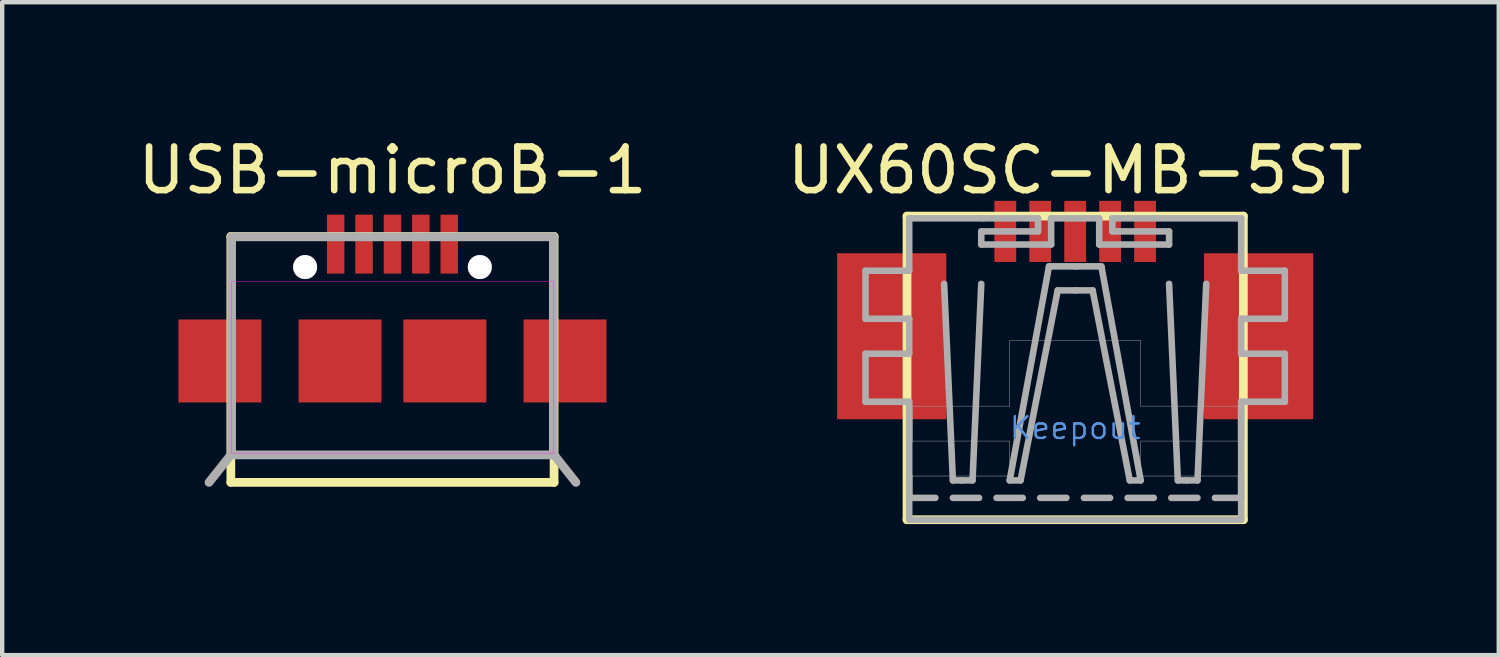
<source format=kicad_pcb>
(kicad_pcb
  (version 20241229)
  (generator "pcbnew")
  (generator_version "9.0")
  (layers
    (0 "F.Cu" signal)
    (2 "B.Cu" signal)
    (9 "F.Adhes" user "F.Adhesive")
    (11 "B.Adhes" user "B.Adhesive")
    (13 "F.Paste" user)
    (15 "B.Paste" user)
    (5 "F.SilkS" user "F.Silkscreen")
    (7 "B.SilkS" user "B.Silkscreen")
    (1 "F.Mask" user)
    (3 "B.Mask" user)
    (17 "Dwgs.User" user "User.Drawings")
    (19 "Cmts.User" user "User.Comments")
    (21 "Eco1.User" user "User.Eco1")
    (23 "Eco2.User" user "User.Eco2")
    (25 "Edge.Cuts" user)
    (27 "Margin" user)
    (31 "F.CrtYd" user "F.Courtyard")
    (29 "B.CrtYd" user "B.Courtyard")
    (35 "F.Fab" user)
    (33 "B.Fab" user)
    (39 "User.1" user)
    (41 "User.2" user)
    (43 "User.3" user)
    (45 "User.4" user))
  (footprint "USB-microB-1"
    (layer "F.Cu")
    (at 5.935 1.864)
    (property "Reference" "USB-microB-1" (at 0 -1.016 0) (layer "F.SilkS") (effects (font (size 1 1) (thickness 0.15))))
    (attr through_hole)
    (fp_line (start -3.7 0.5) (end -3.7 6.13) (stroke (width 0.2) (type solid)) (layer "F.SilkS"))
    (fp_line (start -3.7 0.5) (end 3.7 0.5) (stroke (width 0.2) (type solid)) (layer "F.SilkS"))
    (fp_line (start 3.7 0.5) (end 3.7 6.13) (stroke (width 0.2) (type solid)) (layer "F.SilkS"))
    (fp_line (start 3.7 6.13) (end -3.7 6.13) (stroke (width 0.2) (type solid)) (layer "F.SilkS"))
    (fp_line (start -3.683 1.524) (end -3.683 5.461) (stroke (width 0.01) (type solid)) (layer "F.CrtYd"))
    (fp_line (start -3.683 5.461) (end 3.683 5.461) (stroke (width 0.01) (type solid)) (layer "F.CrtYd"))
    (fp_line (start 3.683 1.524) (end -3.683 1.524) (stroke (width 0.01) (type solid)) (layer "F.CrtYd"))
    (fp_line (start 3.683 5.461) (end 3.683 1.524) (stroke (width 0.01) (type solid)) (layer "F.CrtYd"))
    (fp_line (start -3.7 5.5) (end -4.2 6.13) (stroke (width 0.2) (type solid)) (layer "F.Fab"))
    (fp_line (start -3.683 0.508) (end 3.683 0.508) (stroke (width 0.2) (type solid)) (layer "F.Fab"))
    (fp_line (start -3.683 5.461) (end -3.683 0.508) (stroke (width 0.2) (type solid)) (layer "F.Fab"))
    (fp_line (start 3.683 0.508) (end 3.683 5.461) (stroke (width 0.2) (type solid)) (layer "F.Fab"))
    (fp_line (start 3.7 5.5) (end -3.7 5.5) (stroke (width 0.2) (type solid)) (layer "F.Fab"))
    (fp_line (start 3.7 5.5) (end 4.2 6.13) (stroke (width 0.2) (type solid)) (layer "F.Fab"))
    (pad "1" smd rect (at -1.3 0.675) (size 0.4 1.35) (layers "F.Cu" "F.Mask" "F.Paste"))
    (pad "2" smd rect (at -0.65 0.675) (size 0.4 1.35) (layers "F.Cu" "F.Mask" "F.Paste"))
    (pad "3" smd rect (at 0 0.675) (size 0.4 1.35) (layers "F.Cu" "F.Mask" "F.Paste"))
    (pad "4" smd rect (at 0.65 0.675) (size 0.4 1.35) (layers "F.Cu" "F.Mask" "F.Paste"))
    (pad "5" smd rect (at 1.3 0.675) (size 0.4 1.35) (layers "F.Cu" "F.Mask" "F.Paste"))
    (pad "H" thru_hole circle (at -2 1.2) (size 0.55 0.55) (drill 0.55) (layers "*.Cu"))
    (pad "H" thru_hole circle (at 2 1.2) (size 0.55 0.55) (drill 0.55) (layers "*.Cu"))
    (pad "SH" smd rect (at -3.95 3.35) (size 1.9 1.9) (layers "F.Cu" "F.Mask" "F.Paste"))
    (pad "SH" smd rect (at -1.2 3.35) (size 1.9 1.9) (layers "F.Cu" "F.Mask" "F.Paste"))
    (pad "SH" smd rect (at 1.2 3.35) (size 1.9 1.9) (layers "F.Cu" "F.Mask" "F.Paste"))
    (pad "SH" smd rect (at 3.95 3.35) (size 1.9 1.9) (layers "F.Cu" "F.Mask" "F.Paste")))
  (footprint "UX60SC-MB-5ST"
    (layer "F.Cu")
    (at 21.565 8.348)
    (property "Reference" "UX60SC-MB-5ST" (at 0 -7.5 0) (layer "F.SilkS") (effects (font (size 1 1) (thickness 0.15))))
    (attr through_hole)
    (fp_line (start -3.85 -6.45) (end -3.85 0.5) (stroke (width 0.2) (type solid)) (layer "F.SilkS"))
    (fp_line (start -3.85 0.5) (end 3.85 0.5) (stroke (width 0.2) (type solid)) (layer "F.SilkS"))
    (fp_line (start 3.85 -6.45) (end -3.85 -6.45) (stroke (width 0.2) (type solid)) (layer "F.SilkS"))
    (fp_line (start 3.85 0.5) (end 3.85 -6.45) (stroke (width 0.2) (type solid)) (layer "F.SilkS"))
    (fp_line (start -4.8 -5.2) (end -4.8 -4.1) (stroke (width 0.15) (type solid)) (layer "F.Fab"))
    (fp_line (start -4.8 -4.1) (end -3.8 -4.1) (stroke (width 0.15) (type solid)) (layer "F.Fab"))
    (fp_line (start -4.8 -3.3) (end -4.8 -2.2) (stroke (width 0.15) (type solid)) (layer "F.Fab"))
    (fp_line (start -4.8 -2.2) (end -3.8 -2.2) (stroke (width 0.15) (type solid)) (layer "F.Fab"))
    (fp_line (start -3.8 -6.4) (end -3.8 -5.2) (stroke (width 0.15) (type solid)) (layer "F.Fab"))
    (fp_line (start -3.8 -6.4) (end -2.1 -6.4) (stroke (width 0.15) (type solid)) (layer "F.Fab"))
    (fp_line (start -3.8 -5.2) (end -4.8 -5.2) (stroke (width 0.15) (type solid)) (layer "F.Fab"))
    (fp_line (start -3.8 -4.1) (end -3.8 -3.3) (stroke (width 0.15) (type solid)) (layer "F.Fab"))
    (fp_line (start -3.8 -3.3) (end -4.8 -3.3) (stroke (width 0.15) (type solid)) (layer "F.Fab"))
    (fp_line (start -3.8 -2.2) (end -3.8 0.5) (stroke (width 0.15) (type solid)) (layer "F.Fab"))
    (fp_line (start -3.8 -2.1) (end -3.8 -1.3) (stroke (width 0.15) (type solid)) (layer "F.Fab"))
    (fp_line (start -3.8 -1.3) (end -1.5 -1.3) (stroke (width 0.01) (type solid)) (layer "F.Fab"))
    (fp_line (start -3.8 -0.5) (end -3.8 0) (stroke (width 0.15) (type solid)) (layer "F.Fab"))
    (fp_line (start -3.8 0) (end -3.2 0) (stroke (width 0.15) (type solid)) (layer "F.Fab"))
    (fp_line (start -3.8 0.5) (end 3.8 0.5) (stroke (width 0.15) (type solid)) (layer "F.Fab"))
    (fp_line (start -3 -4.9) (end -2.8 -0.4) (stroke (width 0.15) (type solid)) (layer "F.Fab"))
    (fp_line (start -2.8 -0.4) (end -2.6 -0.4) (stroke (width 0.15) (type solid)) (layer "F.Fab"))
    (fp_line (start -2.8 0) (end -2.2 0) (stroke (width 0.15) (type solid)) (layer "F.Fab"))
    (fp_line (start -2.35 -0.4) (end -2.6 -0.4) (stroke (width 0.15) (type solid)) (layer "F.Fab"))
    (fp_line (start -2.15 -6.1) (end -2.15 -5.8) (stroke (width 0.15) (type solid)) (layer "F.Fab"))
    (fp_line (start -2.15 -5.8) (end -0.55 -5.8) (stroke (width 0.15) (type solid)) (layer "F.Fab"))
    (fp_line (start -2.15 -4.9) (end -2.35 -0.4) (stroke (width 0.15) (type solid)) (layer "F.Fab"))
    (fp_line (start -2.1 -6.4) (end -0.85 -6.4) (stroke (width 0.15) (type solid)) (layer "F.Fab"))
    (fp_line (start -1.8 0) (end -1.2 0) (stroke (width 0.15) (type solid)) (layer "F.Fab"))
    (fp_line (start -1.5 -3.6) (end 1.5 -3.6) (stroke (width 0.01) (type solid)) (layer "F.Fab"))
    (fp_line (start -1.5 -2.1) (end -3.8 -2.1) (stroke (width 0.01) (type solid)) (layer "F.Fab"))
    (fp_line (start -1.5 -2.1) (end -1.5 -3.6) (stroke (width 0.01) (type solid)) (layer "F.Fab"))
    (fp_line (start -1.5 -1.3) (end -1.5 -0.5) (stroke (width 0.01) (type solid)) (layer "F.Fab"))
    (fp_line (start -1.5 -0.5) (end -3.8 -0.5) (stroke (width 0.01) (type solid)) (layer "F.Fab"))
    (fp_line (start -1.5 -0.4) (end -1.25 -0.4) (stroke (width 0.15) (type solid)) (layer "F.Fab"))
    (fp_line (start -1.25 -0.4) (end -0.4 -4.75) (stroke (width 0.15) (type solid)) (layer "F.Fab"))
    (fp_line (start -0.85 -6.4) (end -0.85 -6.1) (stroke (width 0.15) (type solid)) (layer "F.Fab"))
    (fp_line (start -0.85 -6.1) (end -2.15 -6.1) (stroke (width 0.15) (type solid)) (layer "F.Fab"))
    (fp_line (start -0.8 0) (end -0.2 0) (stroke (width 0.15) (type solid)) (layer "F.Fab"))
    (fp_line (start -0.6 -5.3) (end -1.5 -0.4) (stroke (width 0.15) (type solid)) (layer "F.Fab"))
    (fp_line (start -0.55 -6.4) (end 0.55 -6.4) (stroke (width 0.15) (type solid)) (layer "F.Fab"))
    (fp_line (start -0.55 -5.8) (end -0.55 -6.4) (stroke (width 0.15) (type solid)) (layer "F.Fab"))
    (fp_line (start -0.4 -4.75) (end 0 -4.75) (stroke (width 0.15) (type solid)) (layer "F.Fab"))
    (fp_line (start 0 -5.3) (end -0.6 -5.3) (stroke (width 0.15) (type solid)) (layer "F.Fab"))
    (fp_line (start 0 -5.3) (end 0.6 -5.3) (stroke (width 0.15) (type solid)) (layer "F.Fab"))
    (fp_line (start 0.2 0) (end 0.8 0) (stroke (width 0.15) (type solid)) (layer "F.Fab"))
    (fp_line (start 0.4 -4.75) (end 0 -4.75) (stroke (width 0.15) (type solid)) (layer "F.Fab"))
    (fp_line (start 0.55 -6.4) (end 0.55 -5.8) (stroke (width 0.15) (type solid)) (layer "F.Fab"))
    (fp_line (start 0.55 -5.8) (end 2.15 -5.8) (stroke (width 0.15) (type solid)) (layer "F.Fab"))
    (fp_line (start 0.6 -5.3) (end 1.5 -0.4) (stroke (width 0.15) (type solid)) (layer "F.Fab"))
    (fp_line (start 0.85 -6.4) (end 3.8 -6.4) (stroke (width 0.15) (type solid)) (layer "F.Fab"))
    (fp_line (start 0.85 -6.1) (end 0.85 -6.4) (stroke (width 0.15) (type solid)) (layer "F.Fab"))
    (fp_line (start 1.2 0) (end 1.8 0) (stroke (width 0.15) (type solid)) (layer "F.Fab"))
    (fp_line (start 1.25 -0.4) (end 0.4 -4.75) (stroke (width 0.15) (type solid)) (layer "F.Fab"))
    (fp_line (start 1.5 -3.6) (end 1.5 -2.1) (stroke (width 0.01) (type solid)) (layer "F.Fab"))
    (fp_line (start 1.5 -2.1) (end 3.8 -2.1) (stroke (width 0.01) (type solid)) (layer "F.Fab"))
    (fp_line (start 1.5 -1.3) (end 3.8 -1.3) (stroke (width 0.01) (type solid)) (layer "F.Fab"))
    (fp_line (start 1.5 -0.5) (end 1.5 -1.3) (stroke (width 0.01) (type solid)) (layer "F.Fab"))
    (fp_line (start 1.5 -0.4) (end 1.25 -0.4) (stroke (width 0.15) (type solid)) (layer "F.Fab"))
    (fp_line (start 2.15 -6.1) (end 0.85 -6.1) (stroke (width 0.15) (type solid)) (layer "F.Fab"))
    (fp_line (start 2.15 -5.8) (end 2.15 -6.1) (stroke (width 0.15) (type solid)) (layer "F.Fab"))
    (fp_line (start 2.15 -4.9) (end 2.35 -0.4) (stroke (width 0.15) (type solid)) (layer "F.Fab"))
    (fp_line (start 2.2 0) (end 2.8 0) (stroke (width 0.15) (type solid)) (layer "F.Fab"))
    (fp_line (start 2.35 -0.4) (end 2.55 -0.4) (stroke (width 0.15) (type solid)) (layer "F.Fab"))
    (fp_line (start 2.8 -0.4) (end 2.55 -0.4) (stroke (width 0.15) (type solid)) (layer "F.Fab"))
    (fp_line (start 3 -4.9) (end 2.8 -0.4) (stroke (width 0.15) (type solid)) (layer "F.Fab"))
    (fp_line (start 3.2 0) (end 3.8 0) (stroke (width 0.15) (type solid)) (layer "F.Fab"))
    (fp_line (start 3.8 -5.2) (end 3.8 -6.4) (stroke (width 0.15) (type solid)) (layer "F.Fab"))
    (fp_line (start 3.8 -4.1) (end 3.8 -3.3) (stroke (width 0.15) (type solid)) (layer "F.Fab"))
    (fp_line (start 3.8 -4.1) (end 4.8 -4.1) (stroke (width 0.15) (type solid)) (layer "F.Fab"))
    (fp_line (start 3.8 -2.2) (end 4.8 -2.2) (stroke (width 0.15) (type solid)) (layer "F.Fab"))
    (fp_line (start 3.8 -1.3) (end 3.8 -2.1) (stroke (width 0.15) (type solid)) (layer "F.Fab"))
    (fp_line (start 3.8 -0.5) (end 1.5 -0.5) (stroke (width 0.01) (type solid)) (layer "F.Fab"))
    (fp_line (start 3.8 0) (end 3.8 -0.5) (stroke (width 0.15) (type solid)) (layer "F.Fab"))
    (fp_line (start 3.8 0.5) (end 3.8 -2.2) (stroke (width 0.15) (type solid)) (layer "F.Fab"))
    (fp_line (start 4.8 -5.2) (end 3.8 -5.2) (stroke (width 0.15) (type solid)) (layer "F.Fab"))
    (fp_line (start 4.8 -5.2) (end 4.8 -4.1) (stroke (width 0.15) (type solid)) (layer "F.Fab"))
    (fp_line (start 4.8 -3.3) (end 3.8 -3.3) (stroke (width 0.15) (type solid)) (layer "F.Fab"))
    (fp_line (start 4.8 -3.3) (end 4.8 -2.2) (stroke (width 0.15) (type solid)) (layer "F.Fab"))
    (fp_text user "Keepout" (at 0 -1.6 0) (layer "Cmts.User") (effects (font (size 0.5 0.5) (thickness 0.05))))
    (fp_text user "Keepout" (at 0 -1.6 0) (layer "Cmts.User") (effects (font (size 0.5 0.5) (thickness 0.05))))
    (pad "1" smd rect (at -1.6 -6.1) (size 0.5 1.4) (layers "F.Cu" "F.Mask" "F.Paste"))
    (pad "2" smd rect (at -0.8 -6.1) (size 0.5 1.4) (layers "F.Cu" "F.Mask" "F.Paste"))
    (pad "3" smd rect (at 0 -6.1) (size 0.5 1.4) (layers "F.Cu" "F.Mask" "F.Paste"))
    (pad "4" smd rect (at 0.8 -6.1) (size 0.5 1.4) (layers "F.Cu" "F.Mask" "F.Paste"))
    (pad "5" smd rect (at 1.6 -6.1) (size 0.5 1.4) (layers "F.Cu" "F.Mask" "F.Paste"))
    (pad "SH" smd rect (at -4.2 -3.7) (size 2.5 3.8) (layers "F.Cu" "F.Mask" "F.Paste"))
    (pad "SH" smd rect (at 4.2 -3.7) (size 2.5 3.8) (layers "F.Cu" "F.Mask" "F.Paste")))
  (gr_rect
    (start -3 -3)
    (end 31.262 11.948)
    (stroke (width 0.1) (type default))
    (fill no)
    (layer "Edge.Cuts")))
</source>
